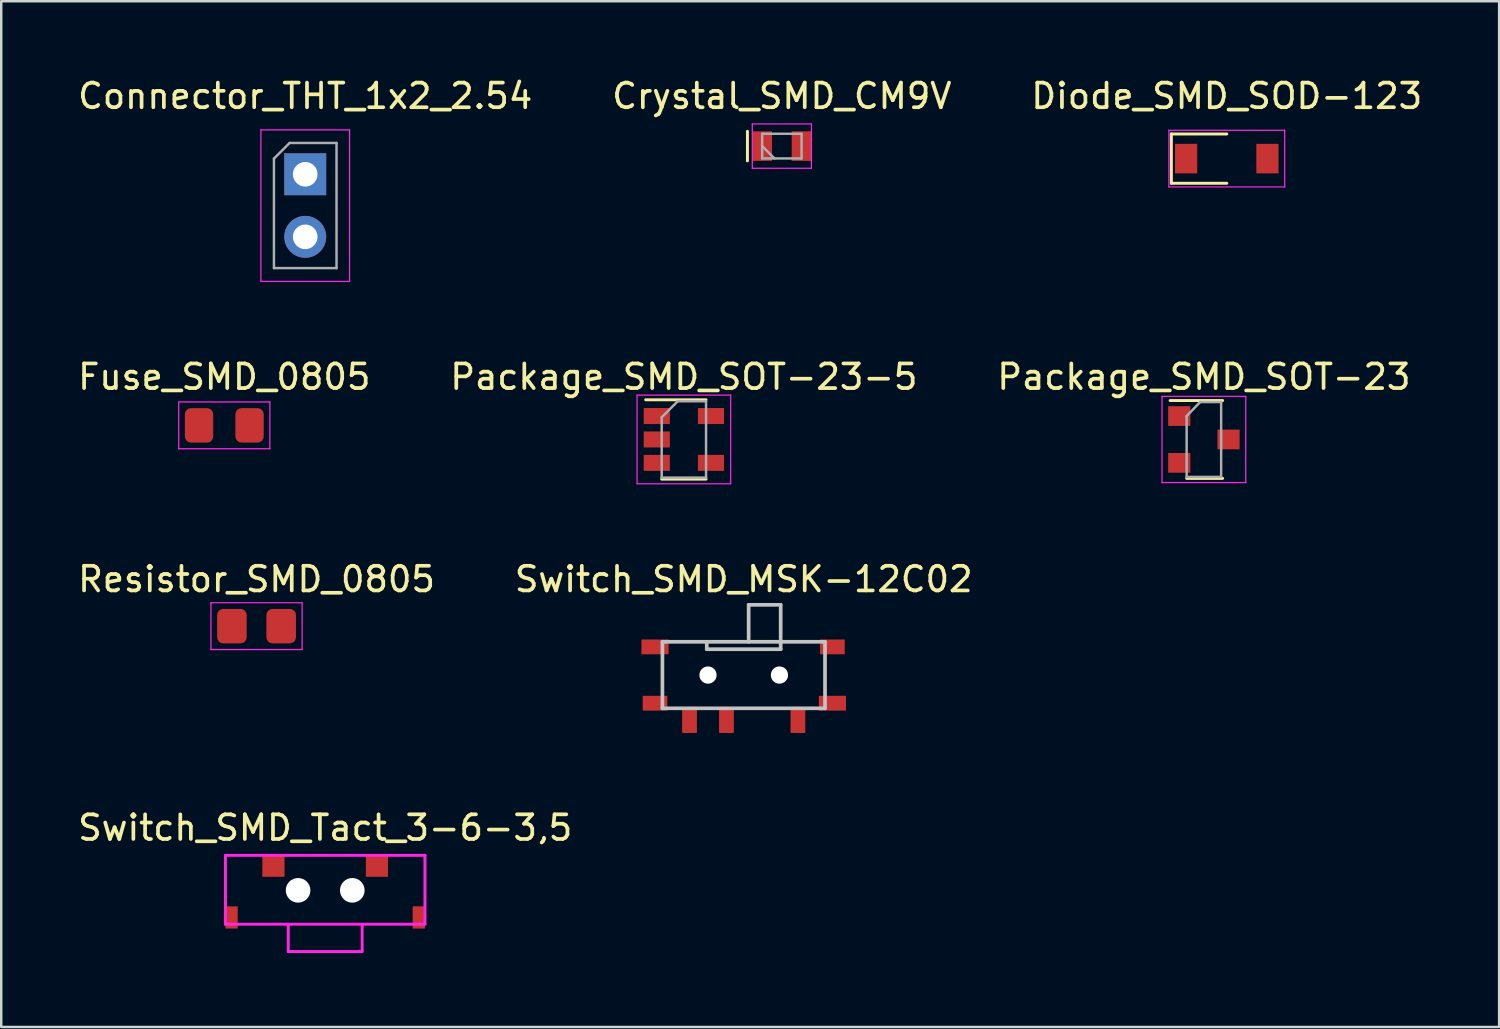
<source format=kicad_pcb>
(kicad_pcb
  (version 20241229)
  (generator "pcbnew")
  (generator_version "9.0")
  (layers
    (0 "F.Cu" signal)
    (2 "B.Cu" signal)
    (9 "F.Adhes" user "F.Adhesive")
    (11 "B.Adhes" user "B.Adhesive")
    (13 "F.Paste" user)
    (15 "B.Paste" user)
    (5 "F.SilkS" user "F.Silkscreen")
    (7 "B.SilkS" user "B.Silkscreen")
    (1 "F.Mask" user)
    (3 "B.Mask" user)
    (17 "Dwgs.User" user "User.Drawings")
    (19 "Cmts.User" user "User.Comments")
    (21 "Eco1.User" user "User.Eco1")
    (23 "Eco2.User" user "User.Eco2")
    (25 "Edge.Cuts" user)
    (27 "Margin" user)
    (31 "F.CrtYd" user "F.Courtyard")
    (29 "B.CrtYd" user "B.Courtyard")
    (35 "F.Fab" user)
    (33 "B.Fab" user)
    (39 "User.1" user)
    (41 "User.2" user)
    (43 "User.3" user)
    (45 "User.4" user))
  (footprint "Package_SMD_SOT-23-5"
    (layer "F.Cu")
    (at 24.708 14.787)
    (property "Reference" "Package_SMD_SOT-23-5" (at 0 -2.54 0) (layer "F.SilkS") (effects (font (size 1 1) (thickness 0.15))))
    (attr through_hole)
    (fp_line (start -0.9 1.61) (end 0.9 1.61) (stroke (width 0.12) (type solid)) (layer "F.SilkS"))
    (fp_line (start 0.9 -1.61) (end -1.55 -1.61) (stroke (width 0.12) (type solid)) (layer "F.SilkS"))
    (fp_line (start -1.9 -1.8) (end 1.9 -1.8) (stroke (width 0.05) (type solid)) (layer "F.CrtYd"))
    (fp_line (start -1.9 1.8) (end -1.9 -1.8) (stroke (width 0.05) (type solid)) (layer "F.CrtYd"))
    (fp_line (start 1.9 -1.8) (end 1.9 1.8) (stroke (width 0.05) (type solid)) (layer "F.CrtYd"))
    (fp_line (start 1.9 1.8) (end -1.9 1.8) (stroke (width 0.05) (type solid)) (layer "F.CrtYd"))
    (fp_line (start -0.9 -0.9) (end -0.9 1.55) (stroke (width 0.1) (type solid)) (layer "F.Fab"))
    (fp_line (start -0.9 -0.9) (end -0.25 -1.55) (stroke (width 0.1) (type solid)) (layer "F.Fab"))
    (fp_line (start 0.9 -1.55) (end -0.25 -1.55) (stroke (width 0.1) (type solid)) (layer "F.Fab"))
    (fp_line (start 0.9 -1.55) (end 0.9 1.55) (stroke (width 0.1) (type solid)) (layer "F.Fab"))
    (fp_line (start 0.9 1.55) (end -0.9 1.55) (stroke (width 0.1) (type solid)) (layer "F.Fab"))
    (pad "1" smd rect (at -1.1 -0.95) (size 1.06 0.65) (layers "F.Cu" "F.Mask" "F.Paste"))
    (pad "2" smd rect (at -1.1 0) (size 1.06 0.65) (layers "F.Cu" "F.Mask" "F.Paste"))
    (pad "3" smd rect (at -1.1 0.95) (size 1.06 0.65) (layers "F.Cu" "F.Mask" "F.Paste"))
    (pad "4" smd rect (at 1.1 0.95) (size 1.06 0.65) (layers "F.Cu" "F.Mask" "F.Paste"))
    (pad "5" smd rect (at 1.1 -0.95) (size 1.06 0.65) (layers "F.Cu" "F.Mask" "F.Paste")))
  (footprint "Connector_THT_1x2_2.54"
    (layer "F.Cu")
    (at 9.339 5.293)
    (property "Reference" "Connector_THT_1x2_2.54" (at 0 -4.445 0) (layer "F.SilkS") (effects (font (size 1 1) (thickness 0.15))))
    (attr through_hole)
    (fp_line (start -1.8 -3.07) (end -1.8 3.08) (stroke (width 0.05) (type solid)) (layer "F.CrtYd"))
    (fp_line (start -1.8 3.08) (end 1.8 3.08) (stroke (width 0.05) (type solid)) (layer "F.CrtYd"))
    (fp_line (start 1.8 -3.07) (end -1.8 -3.07) (stroke (width 0.05) (type solid)) (layer "F.CrtYd"))
    (fp_line (start 1.8 3.08) (end 1.8 -3.07) (stroke (width 0.05) (type solid)) (layer "F.CrtYd"))
    (fp_line (start -1.27 -1.905) (end -0.635 -2.54) (stroke (width 0.1) (type solid)) (layer "F.Fab"))
    (fp_line (start -1.27 2.54) (end -1.27 -1.905) (stroke (width 0.1) (type solid)) (layer "F.Fab"))
    (fp_line (start -0.635 -2.54) (end 1.27 -2.54) (stroke (width 0.1) (type solid)) (layer "F.Fab"))
    (fp_line (start 1.27 -2.54) (end 1.27 2.54) (stroke (width 0.1) (type solid)) (layer "F.Fab"))
    (fp_line (start 1.27 2.54) (end -1.27 2.54) (stroke (width 0.1) (type solid)) (layer "F.Fab"))
    (pad "1" thru_hole rect (at 0 -1.27) (size 1.7 1.7) (drill 1) (layers "*.Cu" "*.Mask"))
    (pad "2" thru_hole oval (at 0 1.27) (size 1.7 1.7) (drill 1) (layers "*.Cu" "*.Mask")))
  (footprint "Diode_SMD_SOD-123"
    (layer "F.Cu")
    (at 46.744 3.388)
    (property "Reference" "Diode_SMD_SOD-123" (at 0 -2.54 0) (layer "F.SilkS") (effects (font (size 1 1) (thickness 0.15))))
    (attr through_hole)
    (fp_line (start -2.25 -1) (end -2.25 1) (stroke (width 0.12) (type solid)) (layer "F.SilkS"))
    (fp_line (start -2.25 -1) (end 0 -1) (stroke (width 0.12) (type solid)) (layer "F.SilkS"))
    (fp_line (start -2.25 1) (end 0 1) (stroke (width 0.12) (type solid)) (layer "F.SilkS"))
    (fp_line (start -2.35 -1.15) (end -2.35 1.15) (stroke (width 0.05) (type solid)) (layer "F.CrtYd"))
    (fp_line (start -2.35 -1.15) (end 2.35 -1.15) (stroke (width 0.05) (type solid)) (layer "F.CrtYd"))
    (fp_line (start 2.35 -1.15) (end 2.35 1.15) (stroke (width 0.05) (type solid)) (layer "F.CrtYd"))
    (fp_line (start 2.35 1.15) (end -2.35 1.15) (stroke (width 0.05) (type solid)) (layer "F.CrtYd"))
    (pad "1" smd rect (at -1.65 0) (size 0.9 1.2) (layers "F.Cu" "F.Mask" "F.Paste"))
    (pad "2" smd rect (at 1.65 0) (size 0.9 1.2) (layers "F.Cu" "F.Mask" "F.Paste")))
  (footprint "Crystal_SMD_CM9V"
    (layer "F.Cu")
    (at 28.685 2.88)
    (property "Reference" "Crystal_SMD_CM9V" (at 0 -2.032 0) (layer "F.SilkS") (effects (font (size 1 1) (thickness 0.15))))
    (attr through_hole)
    (fp_line (start -1.397 -0.6) (end -1.397 0.6) (stroke (width 0.12) (type solid)) (layer "F.SilkS"))
    (fp_line (start -1.2 -0.9) (end -1.2 0.9) (stroke (width 0.05) (type solid)) (layer "F.CrtYd"))
    (fp_line (start -1.2 0.9) (end 1.2 0.9) (stroke (width 0.05) (type solid)) (layer "F.CrtYd"))
    (fp_line (start 1.2 -0.9) (end -1.2 -0.9) (stroke (width 0.05) (type solid)) (layer "F.CrtYd"))
    (fp_line (start 1.2 0.9) (end 1.2 -0.9) (stroke (width 0.05) (type solid)) (layer "F.CrtYd"))
    (fp_line (start -0.8 -0.5) (end -0.8 0.5) (stroke (width 0.1) (type solid)) (layer "F.Fab"))
    (fp_line (start -0.8 0) (end -0.3 0.5) (stroke (width 0.1) (type solid)) (layer "F.Fab"))
    (fp_line (start -0.8 0.5) (end 0.8 0.5) (stroke (width 0.1) (type solid)) (layer "F.Fab"))
    (fp_line (start 0.8 -0.5) (end -0.8 -0.5) (stroke (width 0.1) (type solid)) (layer "F.Fab"))
    (fp_line (start 0.8 0.5) (end 0.8 -0.5) (stroke (width 0.1) (type solid)) (layer "F.Fab"))
    (pad "1" smd rect (at -0.8 0) (size 0.8 1.2) (layers "F.Cu" "F.Mask" "F.Paste"))
    (pad "2" smd rect (at 0.8 0) (size 0.8 1.2) (layers "F.Cu" "F.Mask" "F.Paste")))
  (footprint "Switch_SMD_MSK-12C02"
    (layer "F.Cu")
    (at 27.137 24.27)
    (property "Reference" "Switch_SMD_MSK-12C02" (at 0 -3.81 0) (layer "F.SilkS") (effects (font (size 1 1) (thickness 0.15))))
    (attr through_hole)
    (fp_line (start -3.3 -1.27) (end -3.3 1.43) (stroke (width 0.15) (type solid)) (layer "Dwgs.User"))
    (fp_line (start -1.5 -0.97) (end -1.5 -1.27) (stroke (width 0.15) (type solid)) (layer "Dwgs.User"))
    (fp_line (start -1.5 -0.97) (end 1.5 -0.97) (stroke (width 0.15) (type solid)) (layer "Dwgs.User"))
    (fp_line (start 0.2 -2.77) (end 1.5 -2.77) (stroke (width 0.15) (type solid)) (layer "Dwgs.User"))
    (fp_line (start 0.2 -1.27) (end 0.2 -2.77) (stroke (width 0.15) (type solid)) (layer "Dwgs.User"))
    (fp_line (start 1.5 -2.77) (end 1.5 -1.27) (stroke (width 0.15) (type solid)) (layer "Dwgs.User"))
    (fp_line (start 1.5 -0.97) (end 1.5 -1.27) (stroke (width 0.15) (type solid)) (layer "Dwgs.User"))
    (fp_line (start 3.3 -1.27) (end -3.3 -1.27) (stroke (width 0.15) (type solid)) (layer "Dwgs.User"))
    (fp_line (start 3.3 -1.27) (end 3.3 1.43) (stroke (width 0.15) (type solid)) (layer "Dwgs.User"))
    (fp_line (start 3.3 1.43) (end -3.3 1.43) (stroke (width 0.15) (type solid)) (layer "Dwgs.User"))
    (pad "" smd rect (at -3.6 -1.063) (size 1.1 0.6) (layers "F.Cu" "F.Mask" "F.Paste"))
    (pad "" smd rect (at -3.6 1.223) (size 1 0.6) (layers "F.Cu" "F.Mask" "F.Paste"))
    (pad "" np_thru_hole circle (at -1.45 0.08 90) (size 0.7 0.7) (drill 0.7) (layers "*.Cu" "*.Mask"))
    (pad "" np_thru_hole circle (at 1.45 0.08 90) (size 0.7 0.7) (drill 0.7) (layers "*.Cu" "*.Mask"))
    (pad "" smd rect (at 3.6 -1.063) (size 1 0.6) (layers "F.Cu" "F.Mask" "F.Paste"))
    (pad "" smd rect (at 3.6 1.223) (size 1.1 0.6) (layers "F.Cu" "F.Mask" "F.Paste"))
    (pad "1" smd rect (at 2.2 1.93 90) (size 1 0.6) (layers "F.Cu" "F.Mask" "F.Paste"))
    (pad "2" smd rect (at -0.7 1.93 90) (size 1 0.6) (layers "F.Cu" "F.Mask" "F.Paste"))
    (pad "3" smd rect (at -2.2 1.93 90) (size 1 0.6) (layers "F.Cu" "F.Mask" "F.Paste")))
  (footprint "Resistor_SMD_0805"
    (layer "F.Cu")
    (at 7.363 22.365)
    (property "Reference" "Resistor_SMD_0805" (at 0 -1.905 0) (layer "F.SilkS") (effects (font (size 1 1) (thickness 0.15))))
    (attr through_hole)
    (fp_line (start -1.85 -0.95) (end 1.85 -0.95) (stroke (width 0.05) (type solid)) (layer "F.CrtYd"))
    (fp_line (start -1.85 0.95) (end -1.85 -0.95) (stroke (width 0.05) (type solid)) (layer "F.CrtYd"))
    (fp_line (start 1.85 -0.95) (end 1.85 0.95) (stroke (width 0.05) (type solid)) (layer "F.CrtYd"))
    (fp_line (start 1.85 0.95) (end -1.85 0.95) (stroke (width 0.05) (type solid)) (layer "F.CrtYd"))
    (pad "1" smd roundrect (at -1 0) (size 1.2 1.4) (layers "F.Cu" "F.Mask" "F.Paste") (roundrect_rratio 0.208))
    (pad "2" smd roundrect (at 1 0) (size 1.2 1.4) (layers "F.Cu" "F.Mask" "F.Paste") (roundrect_rratio 0.208)))
  (footprint "Fuse_SMD_0805"
    (layer "F.Cu")
    (at 6.054 14.215)
    (property "Reference" "Fuse_SMD_0805" (at 0 -1.968 0) (layer "F.SilkS") (effects (font (size 1 1) (thickness 0.15))))
    (attr through_hole)
    (fp_line (start -1.85 -0.95) (end 1.85 -0.95) (stroke (width 0.05) (type solid)) (layer "F.CrtYd"))
    (fp_line (start -1.85 0.95) (end -1.85 -0.95) (stroke (width 0.05) (type solid)) (layer "F.CrtYd"))
    (fp_line (start 1.85 -0.95) (end 1.85 0.95) (stroke (width 0.05) (type solid)) (layer "F.CrtYd"))
    (fp_line (start 1.85 0.95) (end -1.85 0.95) (stroke (width 0.05) (type solid)) (layer "F.CrtYd"))
    (pad "1" smd roundrect (at -1.025 0) (size 1.15 1.4) (layers "F.Cu" "F.Mask" "F.Paste") (roundrect_rratio 0.217))
    (pad "2" smd roundrect (at 1.025 0) (size 1.15 1.4) (layers "F.Cu" "F.Mask" "F.Paste") (roundrect_rratio 0.217)))
  (footprint "Switch_SMD_Tact_3-6-3,5"
    (layer "F.Cu")
    (at 10.149 33.088)
    (property "Reference" "Switch_SMD_Tact_3-6-3,5" (at 0 -2.54 0) (layer "F.SilkS") (effects (font (size 1 1) (thickness 0.15))))
    (attr through_hole)
    (fp_line (start -4.05 -1.42) (end -4.05 1.375) (stroke (width 0.12) (type solid)) (layer "F.CrtYd"))
    (fp_line (start -4.05 -1.42) (end 4.05 -1.42) (stroke (width 0.12) (type solid)) (layer "F.CrtYd"))
    (fp_line (start -4.05 1.375) (end 4.05 1.375) (stroke (width 0.12) (type solid)) (layer "F.CrtYd"))
    (fp_line (start -1.5 1.385) (end -1.5 2.485) (stroke (width 0.12) (type solid)) (layer "F.CrtYd"))
    (fp_line (start 1.5 1.385) (end 1.5 2.485) (stroke (width 0.12) (type solid)) (layer "F.CrtYd"))
    (fp_line (start 1.5 2.485) (end -1.5 2.485) (stroke (width 0.12) (type solid)) (layer "F.CrtYd"))
    (fp_line (start 4.05 1.375) (end 4.05 -1.42) (stroke (width 0.12) (type solid)) (layer "F.CrtYd"))
    (pad "" np_thru_hole circle (at -1.1 0) (size 1 1) (drill 1) (layers "*.Cu" "*.Mask"))
    (pad "" np_thru_hole circle (at 1.1 0) (size 1 1) (drill 1) (layers "*.Cu" "*.Mask"))
    (pad "1" smd rect (at -2.1 -1) (size 0.9 0.9) (layers "F.Cu" "F.Mask" "F.Paste"))
    (pad "2" smd rect (at 2.1 -1) (size 0.9 0.9) (layers "F.Cu" "F.Mask" "F.Paste"))
    (pad "GND" smd rect (at -3.8 1.1) (size 0.5 0.9) (layers "F.Cu" "F.Mask" "F.Paste"))
    (pad "GND" smd rect (at 3.8 1.1) (size 0.5 0.9) (layers "F.Cu" "F.Mask" "F.Paste")))
  (footprint "Package_SMD_SOT-23"
    (layer "F.Cu")
    (at 45.815 14.787)
    (property "Reference" "Package_SMD_SOT-23" (at 0 -2.54 0) (layer "F.SilkS") (effects (font (size 1 1) (thickness 0.15))))
    (attr through_hole)
    (fp_line (start 0.76 -1.58) (end -1.37 -1.58) (stroke (width 0.12) (type solid)) (layer "F.SilkS"))
    (fp_line (start 0.76 1.58) (end -0.7 1.58) (stroke (width 0.12) (type solid)) (layer "F.SilkS"))
    (fp_line (start -1.7 -1.75) (end 1.7 -1.75) (stroke (width 0.05) (type solid)) (layer "F.CrtYd"))
    (fp_line (start -1.7 1.75) (end -1.7 -1.75) (stroke (width 0.05) (type solid)) (layer "F.CrtYd"))
    (fp_line (start 1.7 -1.75) (end 1.7 1.75) (stroke (width 0.05) (type solid)) (layer "F.CrtYd"))
    (fp_line (start 1.7 1.75) (end -1.7 1.75) (stroke (width 0.05) (type solid)) (layer "F.CrtYd"))
    (fp_line (start -0.7 -0.95) (end -0.7 1.5) (stroke (width 0.1) (type solid)) (layer "F.Fab"))
    (fp_line (start -0.7 -0.95) (end -0.15 -1.52) (stroke (width 0.1) (type solid)) (layer "F.Fab"))
    (fp_line (start -0.7 1.52) (end 0.7 1.52) (stroke (width 0.1) (type solid)) (layer "F.Fab"))
    (fp_line (start -0.15 -1.52) (end 0.7 -1.52) (stroke (width 0.1) (type solid)) (layer "F.Fab"))
    (fp_line (start 0.7 -1.52) (end 0.7 1.52) (stroke (width 0.1) (type solid)) (layer "F.Fab"))
    (pad "1" smd rect (at -1 -0.95) (size 0.9 0.8) (layers "F.Cu" "F.Mask" "F.Paste"))
    (pad "2" smd rect (at -1 0.95) (size 0.9 0.8) (layers "F.Cu" "F.Mask" "F.Paste"))
    (pad "3" smd rect (at 1 0) (size 0.9 0.8) (layers "F.Cu" "F.Mask" "F.Paste")))
  (gr_rect
    (start -3 -3)
    (end 57.798 38.633)
    (stroke (width 0.1) (type default))
    (fill no)
    (layer "Edge.Cuts")))
</source>
